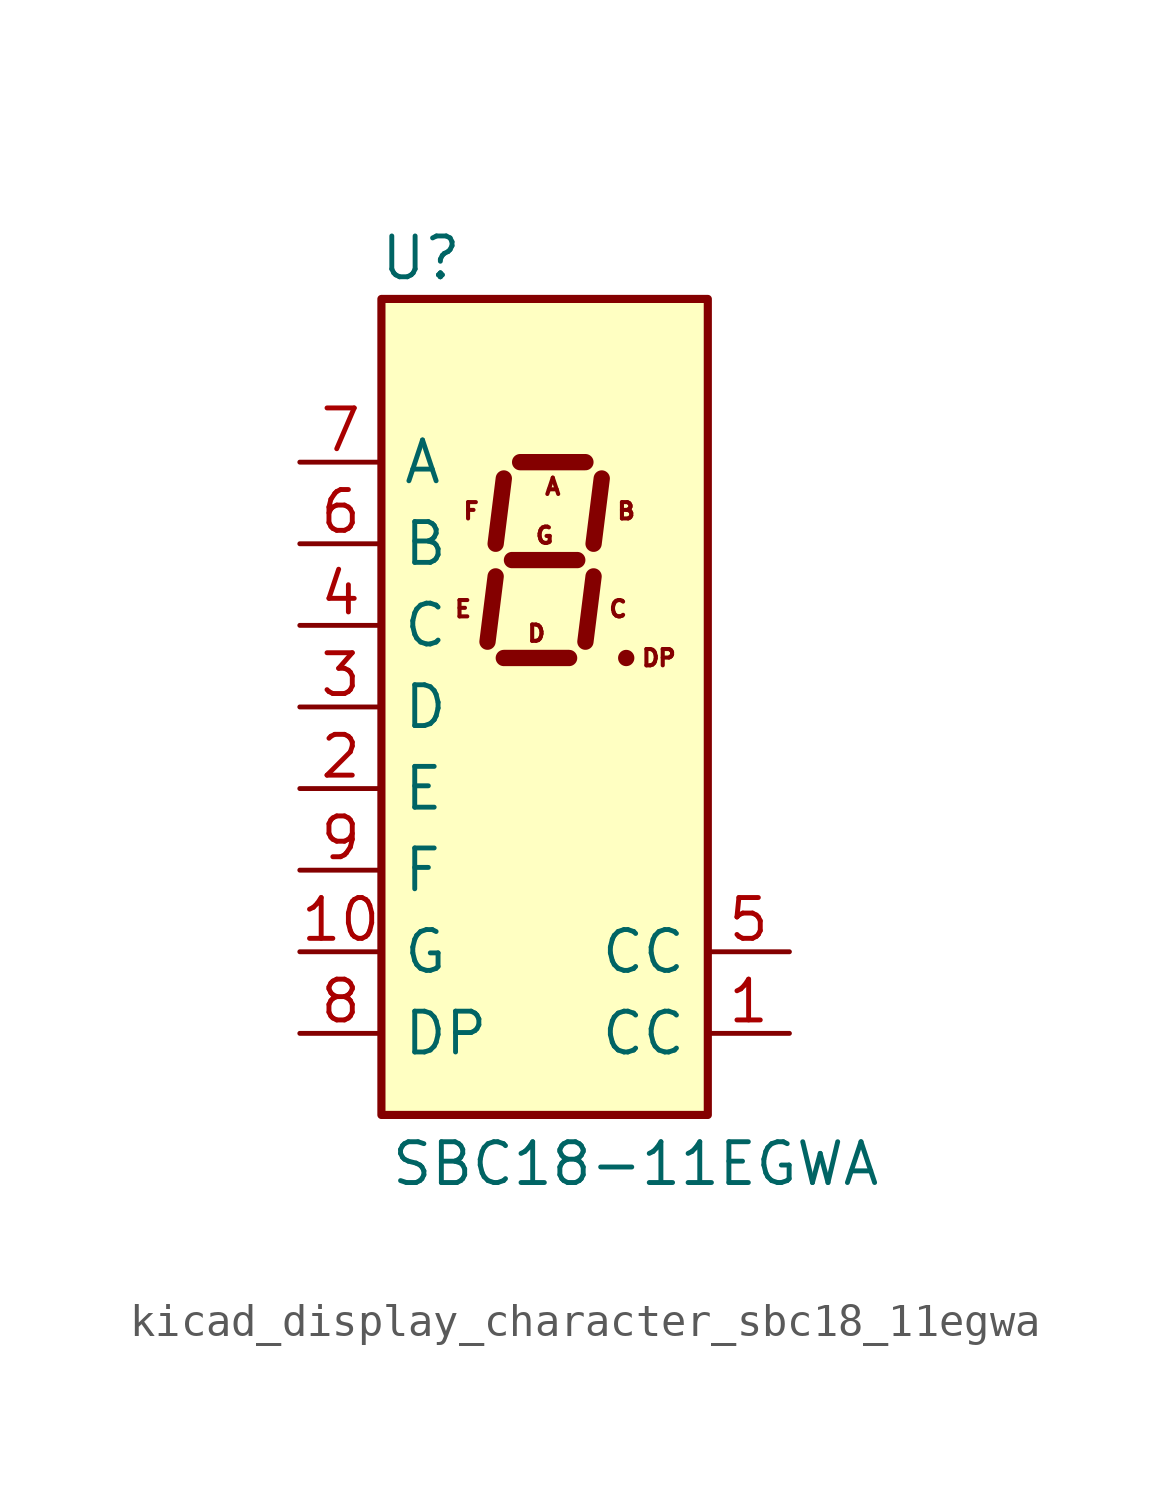
<source format=kicad_sym>
(kicad_symbol_lib
  (version 20220914)
  (generator kicad_symbol_editor)
  (symbol "kicad_display_character_sbc18_11egwa"
    (pin_names
      (offset 0.635))
    (property "Reference" "U"
      (at -2.54 13.97 0)
      (effects (font (size 1.27 1.27)) (justify right)))
    (property "Value" "SBC18-11EGWA"
      (at -4.826 -14.224 0)
      (effects (font (size 1.27 1.27)) (justify left)))
    (symbol "kicad_display_character_sbc18_11egwa_0_0"
      (text "A" (at 0.254 6.858 0) (effects (font (size 0.508 0.508))))
      (text "B" (at 2.54 6.096 0) (effects (font (size 0.508 0.508))))
      (text "C" (at 2.286 3.048 0) (effects (font (size 0.508 0.508))))
      (text "D" (at -0.254 2.286 0) (effects (font (size 0.508 0.508))))
      (text "DP" (at 3.556 1.524 0) (effects (font (size 0.508 0.508))))
      (text "E" (at -2.54 3.048 0) (effects (font (size 0.508 0.508))))
      (text "F" (at -2.286 6.096 0) (effects (font (size 0.508 0.508))))
      (text "G" (at 0 5.334 0) (effects (font (size 0.508 0.508)))))
    (symbol "kicad_display_character_sbc18_11egwa_0_1"
      (rectangle (start -5.08 12.7) (end 5.08 -12.7) (stroke (width 0.254) (type default)) (fill (type background)))
      (polyline (pts (xy -1.524 4.064) (xy -1.778 2.032)) (stroke (width 0.508) (type default)) (fill (type none)))
      (polyline (pts (xy -1.27 1.524) (xy 0.762 1.524)) (stroke (width 0.508) (type default)) (fill (type none)))
      (polyline (pts (xy -1.27 7.112) (xy -1.524 5.08)) (stroke (width 0.508) (type default)) (fill (type none)))
      (polyline (pts (xy -1.016 4.572) (xy 1.016 4.572)) (stroke (width 0.508) (type default)) (fill (type none)))
      (polyline (pts (xy -0.762 7.62) (xy 1.27 7.62)) (stroke (width 0.508) (type default)) (fill (type none)))
      (polyline (pts (xy 1.524 4.064) (xy 1.27 2.032)) (stroke (width 0.508) (type default)) (fill (type none)))
      (polyline (pts (xy 1.778 7.112) (xy 1.524 5.08)) (stroke (width 0.508) (type default)) (fill (type none)))
      (polyline (pts (xy 2.54 1.524) (xy 2.54 1.524)) (stroke (width 0.508) (type default)) (fill (type none))))
    (symbol "kicad_display_character_sbc18_11egwa_1_1"
      (pin input line (at 7.62 -10.16 180) (length 2.54) (name "CC" (effects (font (size 1.27 1.27)))) (number "1" (effects (font (size 1.27 1.27)))))
      (pin input line (at -7.62 -7.62 0) (length 2.54) (name "G" (effects (font (size 1.27 1.27)))) (number "10" (effects (font (size 1.27 1.27)))))
      (pin input line (at -7.62 -2.54 0) (length 2.54) (name "E" (effects (font (size 1.27 1.27)))) (number "2" (effects (font (size 1.27 1.27)))))
      (pin input line (at -7.62 0 0) (length 2.54) (name "D" (effects (font (size 1.27 1.27)))) (number "3" (effects (font (size 1.27 1.27)))))
      (pin input line (at -7.62 2.54 0) (length 2.54) (name "C" (effects (font (size 1.27 1.27)))) (number "4" (effects (font (size 1.27 1.27)))))
      (pin input line (at 7.62 -7.62 180) (length 2.54) (name "CC" (effects (font (size 1.27 1.27)))) (number "5" (effects (font (size 1.27 1.27)))))
      (pin input line (at -7.62 5.08 0) (length 2.54) (name "B" (effects (font (size 1.27 1.27)))) (number "6" (effects (font (size 1.27 1.27)))))
      (pin input line (at -7.62 7.62 0) (length 2.54) (name "A" (effects (font (size 1.27 1.27)))) (number "7" (effects (font (size 1.27 1.27)))))
      (pin input line (at -7.62 -10.16 0) (length 2.54) (name "DP" (effects (font (size 1.27 1.27)))) (number "8" (effects (font (size 1.27 1.27)))))
      (pin input line (at -7.62 -5.08 0) (length 2.54) (name "F" (effects (font (size 1.27 1.27)))) (number "9" (effects (font (size 1.27 1.27))))))))
</source>
